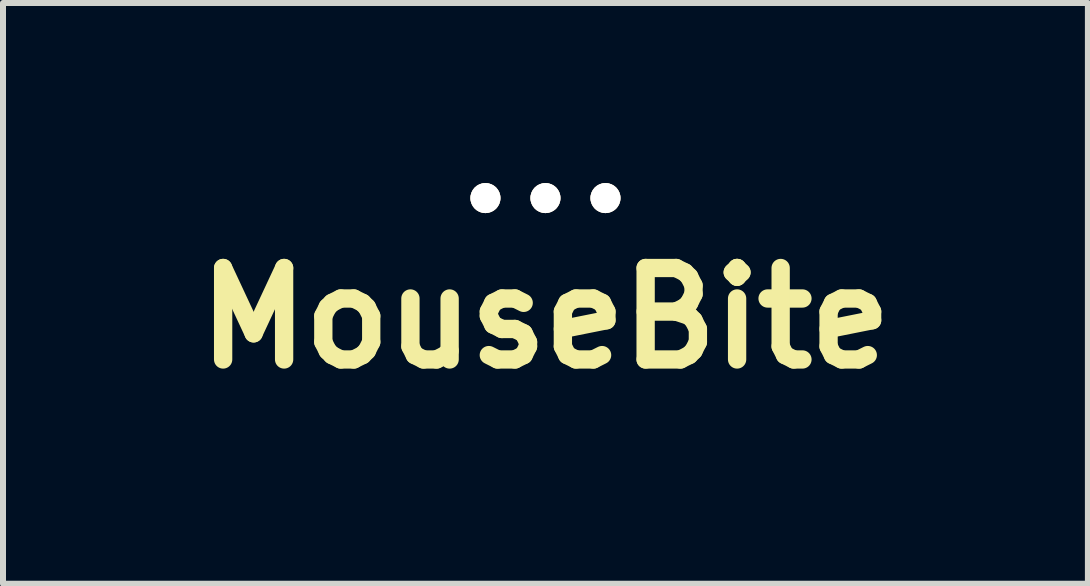
<source format=kicad_pcb>
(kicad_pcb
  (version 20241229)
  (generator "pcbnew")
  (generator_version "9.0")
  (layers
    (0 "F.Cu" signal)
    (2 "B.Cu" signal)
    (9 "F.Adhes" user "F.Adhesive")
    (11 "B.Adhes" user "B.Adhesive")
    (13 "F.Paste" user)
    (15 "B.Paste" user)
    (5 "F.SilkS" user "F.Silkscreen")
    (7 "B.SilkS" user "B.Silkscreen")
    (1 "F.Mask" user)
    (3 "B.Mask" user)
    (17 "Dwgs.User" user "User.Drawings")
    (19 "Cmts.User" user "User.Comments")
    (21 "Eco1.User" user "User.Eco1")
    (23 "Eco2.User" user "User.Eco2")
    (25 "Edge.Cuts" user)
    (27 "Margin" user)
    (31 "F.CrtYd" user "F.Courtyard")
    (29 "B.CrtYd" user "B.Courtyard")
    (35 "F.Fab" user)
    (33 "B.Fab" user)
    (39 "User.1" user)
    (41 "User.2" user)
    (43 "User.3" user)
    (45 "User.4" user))
  (footprint "MouseBite"
    (layer "F.Cu")
    (at 6.038 0.25)
    (property "Reference" "MouseBite" (at 0 2 0) (layer "F.SilkS") (effects (font (size 1.524 1.524) (thickness 0.305))))
    (attr through_hole)
    (pad "1" thru_hole circle (at -1 0) (size 0.5 0.5) (drill 0.5) (layers "*.Cu" "*.Mask" "F.SilkS"))
    (pad "2" thru_hole circle (at 0 0) (size 0.5 0.5) (drill 0.5) (layers "*.Cu" "*.Mask" "F.SilkS"))
    (pad "3" thru_hole circle (at 1 0) (size 0.5 0.5) (drill 0.5) (layers "*.Cu" "*.Mask" "F.SilkS")))
  (gr_rect
    (start -3 -3)
    (end 15.076 6.676)
    (stroke (width 0.1) (type default))
    (fill no)
    (layer "Edge.Cuts")))
</source>
